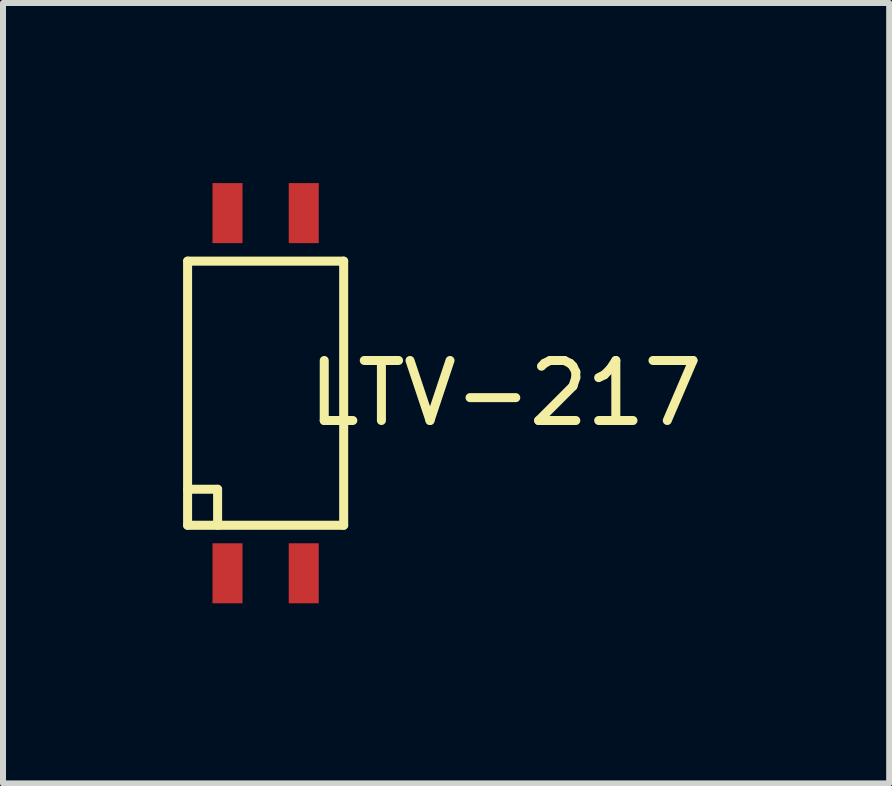
<source format=kicad_pcb>
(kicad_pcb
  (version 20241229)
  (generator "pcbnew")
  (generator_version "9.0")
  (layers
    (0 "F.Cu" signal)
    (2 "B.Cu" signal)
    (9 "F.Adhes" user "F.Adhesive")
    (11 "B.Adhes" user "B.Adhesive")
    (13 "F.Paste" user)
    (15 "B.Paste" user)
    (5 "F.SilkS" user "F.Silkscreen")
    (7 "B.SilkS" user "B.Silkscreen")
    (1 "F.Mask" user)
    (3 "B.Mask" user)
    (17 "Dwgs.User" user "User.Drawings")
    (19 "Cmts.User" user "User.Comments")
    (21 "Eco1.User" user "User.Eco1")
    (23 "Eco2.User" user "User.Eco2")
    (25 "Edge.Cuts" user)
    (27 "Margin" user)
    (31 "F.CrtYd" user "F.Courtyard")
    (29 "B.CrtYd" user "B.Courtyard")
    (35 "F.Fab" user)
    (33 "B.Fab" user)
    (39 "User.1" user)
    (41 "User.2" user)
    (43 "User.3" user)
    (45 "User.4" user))
  (footprint "LTV-217"
    (layer "F.Cu")
    (at 1.375 3.5)
    (property "Reference" "LTV-217" (at 4 0 0) (layer "F.SilkS") (effects (font (size 1 1) (thickness 0.15))))
    (attr smd)
    (fp_line (start -1.3 -2.2) (end -1.3 2.2) (stroke (width 0.15) (type solid)) (layer "F.SilkS"))
    (fp_line (start -1.3 -2.2) (end 1.3 -2.2) (stroke (width 0.15) (type solid)) (layer "F.SilkS"))
    (fp_line (start -1.3 1.6) (end -0.8 1.6) (stroke (width 0.15) (type solid)) (layer "F.SilkS"))
    (fp_line (start -0.8 1.6) (end -0.8 2.2) (stroke (width 0.15) (type solid)) (layer "F.SilkS"))
    (fp_line (start 1.3 -2.2) (end 1.3 2.2) (stroke (width 0.15) (type solid)) (layer "F.SilkS"))
    (fp_line (start 1.3 2.2) (end -1.3 2.2) (stroke (width 0.15) (type solid)) (layer "F.SilkS"))
    (pad "1" smd rect (at -0.635 3) (size 0.5 1) (layers "F.Cu" "F.Mask" "F.Paste"))
    (pad "2" smd rect (at 0.635 3) (size 0.5 1) (layers "F.Cu" "F.Mask" "F.Paste"))
    (pad "3" smd rect (at 0.635 -3) (size 0.5 1) (layers "F.Cu" "F.Mask" "F.Paste"))
    (pad "4" smd rect (at -0.635 -3) (size 0.5 1) (layers "F.Cu" "F.Mask" "F.Paste")))
  (gr_rect
    (start -3 -3)
    (end 11.762 10)
    (stroke (width 0.1) (type default))
    (fill no)
    (layer "Edge.Cuts")))
</source>
